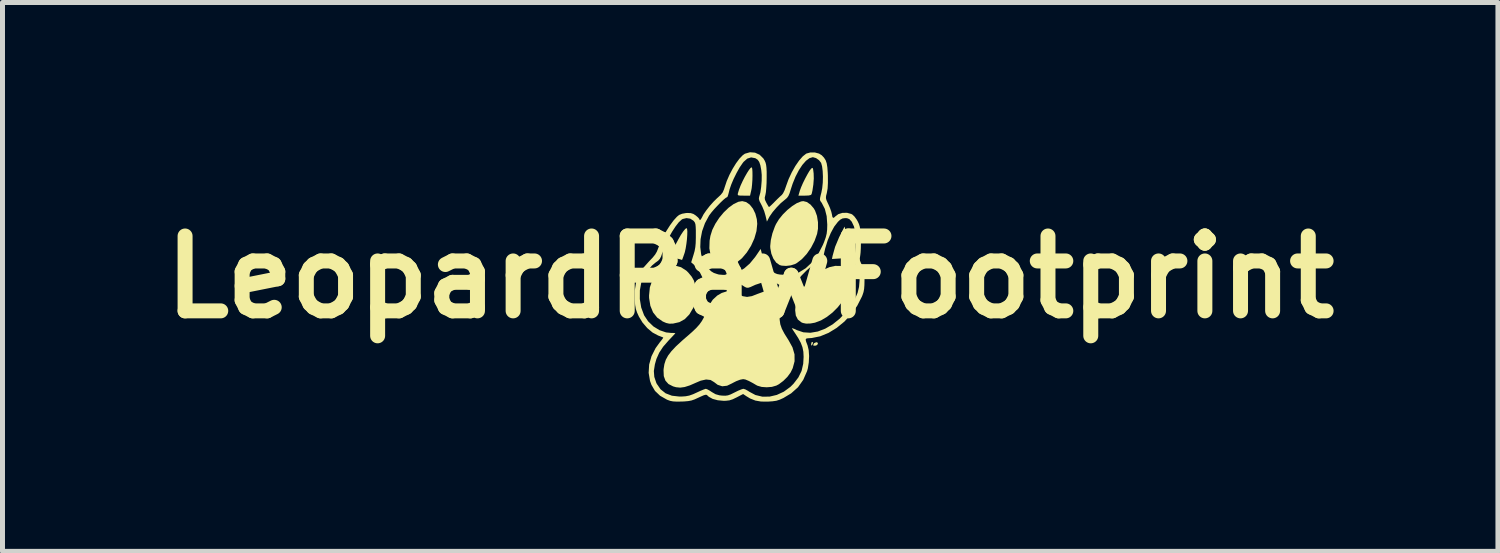
<source format=kicad_pcb>
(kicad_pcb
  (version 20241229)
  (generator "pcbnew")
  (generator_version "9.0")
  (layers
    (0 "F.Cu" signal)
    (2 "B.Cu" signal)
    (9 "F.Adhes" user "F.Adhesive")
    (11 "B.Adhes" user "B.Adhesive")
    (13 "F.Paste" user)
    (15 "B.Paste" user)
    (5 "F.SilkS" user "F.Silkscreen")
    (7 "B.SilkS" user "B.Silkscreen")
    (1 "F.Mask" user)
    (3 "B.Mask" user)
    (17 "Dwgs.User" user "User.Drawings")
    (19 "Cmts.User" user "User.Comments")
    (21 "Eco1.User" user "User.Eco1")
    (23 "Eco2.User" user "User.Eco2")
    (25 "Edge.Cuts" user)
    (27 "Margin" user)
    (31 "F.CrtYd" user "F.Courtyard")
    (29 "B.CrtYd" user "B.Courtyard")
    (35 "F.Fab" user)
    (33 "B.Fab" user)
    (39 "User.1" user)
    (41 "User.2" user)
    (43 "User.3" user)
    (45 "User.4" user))
  (footprint "LeopardPawFootprint"
    (layer "F.Cu")
    (at 11.979 2.499)
    (property "Reference" "LeopardPawFootprint" (at 0 0 0) (layer "F.SilkS") (effects (font (size 1.5 1.5) (thickness 0.3))))
    (attr board_only exclude_from_pos_files exclude_from_bom)
    (fp_poly (pts (xy 1.259 1.313) (xy 1.247 1.349) (xy 1.24 1.36) (xy 1.225 1.376) (xy 1.221 1.356) (xy 1.22 1.345) (xy 1.228 1.31) (xy 1.24 1.3)) (stroke (width 0) (type solid)) (fill yes) (layer "F.SilkS"))
    (fp_poly (pts (xy 1.353 1.318) (xy 1.354 1.342) (xy 1.333 1.366) (xy 1.305 1.376) (xy 1.27 1.375) (xy 1.26 1.366) (xy 1.278 1.326) (xy 1.32 1.307) (xy 1.326 1.306)) (stroke (width 0) (type solid)) (fill yes) (layer "F.SilkS"))
    (fp_poly (pts (xy 1.913 -0.929) (xy 1.928 -0.849) (xy 1.935 -0.746) (xy 1.935 -0.634) (xy 1.926 -0.531) (xy 1.913 -0.463) (xy 1.89 -0.377) (xy 1.764 -0.369) (xy 1.637 -0.361) (xy 1.65 -0.426) (xy 1.7 -0.605) (xy 1.781 -0.798) (xy 1.807 -0.849) (xy 1.889 -1.009)) (stroke (width 0) (type solid)) (fill yes) (layer "F.SilkS"))
    (fp_poly (pts (xy 1.253 -2.18) (xy 1.261 -2.148) (xy 1.269 -2.083) (xy 1.27 -2.077) (xy 1.273 -1.973) (xy 1.264 -1.852) (xy 1.246 -1.732) (xy 1.229 -1.66) (xy 1.213 -1.643) (xy 1.172 -1.633) (xy 1.1 -1.63) (xy 1.093 -1.63) (xy 0.965 -1.63) (xy 0.994 -1.73) (xy 1.019 -1.798) (xy 1.055 -1.881) (xy 1.099 -1.97) (xy 1.144 -2.054) (xy 1.185 -2.124) (xy 1.218 -2.168) (xy 1.222 -2.172) (xy 1.241 -2.186)) (stroke (width 0) (type solid)) (fill yes) (layer "F.SilkS"))
    (fp_poly (pts (xy 0.032 -2.195) (xy 0.04 -2.167) (xy 0.044 -2.109) (xy 0.045 -2.031) (xy 0.043 -1.944) (xy 0.037 -1.857) (xy 0.029 -1.781) (xy 0.021 -1.74) (xy -0.004 -1.63) (xy -0.131 -1.63) (xy -0.2 -1.631) (xy -0.237 -1.635) (xy -0.25 -1.647) (xy -0.249 -1.67) (xy -0.246 -1.68) (xy -0.225 -1.75) (xy -0.193 -1.833) (xy -0.153 -1.92) (xy -0.109 -2.006) (xy -0.065 -2.083) (xy -0.025 -2.145) (xy 0.007 -2.185) (xy 0.029 -2.197)) (stroke (width 0) (type solid)) (fill yes) (layer "F.SilkS"))
    (fp_poly (pts (xy -1.265 -0.962) (xy -1.26 -0.913) (xy -1.262 -0.841) (xy -1.268 -0.755) (xy -1.279 -0.664) (xy -1.293 -0.576) (xy -1.31 -0.499) (xy -1.321 -0.465) (xy -1.343 -0.402) (xy -1.359 -0.358) (xy -1.367 -0.342) (xy -1.386 -0.348) (xy -1.429 -0.361) (xy -1.439 -0.363) (xy -1.499 -0.375) (xy -1.551 -0.375) (xy -1.554 -0.374) (xy -1.586 -0.373) (xy -1.592 -0.393) (xy -1.587 -0.418) (xy -1.565 -0.49) (xy -1.529 -0.575) (xy -1.486 -0.668) (xy -1.437 -0.76) (xy -1.388 -0.845) (xy -1.342 -0.914) (xy -1.303 -0.962) (xy -1.276 -0.98) (xy -1.276 -0.98)) (stroke (width 0) (type solid)) (fill yes) (layer "F.SilkS"))
    (fp_poly (pts (xy -0.082 -1.501) (xy -0.009 -1.449) (xy 0.054 -1.369) (xy 0.102 -1.27) (xy 0.132 -1.157) (xy 0.14 -1.064) (xy 0.125 -0.92) (xy 0.082 -0.771) (xy 0.016 -0.625) (xy -0.069 -0.491) (xy -0.166 -0.376) (xy -0.273 -0.289) (xy -0.33 -0.258) (xy -0.415 -0.231) (xy -0.509 -0.221) (xy -0.595 -0.229) (xy -0.66 -0.254) (xy -0.661 -0.254) (xy -0.742 -0.335) (xy -0.795 -0.442) (xy -0.819 -0.574) (xy -0.814 -0.729) (xy -0.798 -0.824) (xy -0.76 -0.945) (xy -0.699 -1.067) (xy -0.621 -1.186) (xy -0.53 -1.295) (xy -0.432 -1.389) (xy -0.333 -1.461) (xy -0.237 -1.507) (xy -0.161 -1.52)) (stroke (width 0) (type solid)) (fill yes) (layer "F.SilkS"))
    (fp_poly (pts (xy 1.807 -0.221) (xy 1.897 -0.19) (xy 1.952 -0.146) (xy 2 -0.066) (xy 2.018 0.031) (xy 2.008 0.14) (xy 1.973 0.256) (xy 1.917 0.376) (xy 1.842 0.495) (xy 1.752 0.608) (xy 1.649 0.711) (xy 1.536 0.799) (xy 1.418 0.869) (xy 1.296 0.915) (xy 1.207 0.931) (xy 1.12 0.934) (xy 1.055 0.921) (xy 1.024 0.908) (xy 0.954 0.852) (xy 0.913 0.772) (xy 0.9 0.666) (xy 0.908 0.56) (xy 0.933 0.461) (xy 0.981 0.355) (xy 1.033 0.266) (xy 1.127 0.135) (xy 1.234 0.021) (xy 1.35 -0.074) (xy 1.47 -0.147) (xy 1.589 -0.198) (xy 1.703 -0.223)) (stroke (width 0) (type solid)) (fill yes) (layer "F.SilkS"))
    (fp_poly (pts (xy -1.387 -0.196) (xy -1.281 -0.128) (xy -1.241 -0.089) (xy -1.174 -0.008) (xy -1.13 0.069) (xy -1.104 0.153) (xy -1.093 0.258) (xy -1.091 0.33) (xy -1.092 0.424) (xy -1.099 0.493) (xy -1.113 0.551) (xy -1.138 0.61) (xy -1.143 0.62) (xy -1.22 0.75) (xy -1.311 0.844) (xy -1.418 0.904) (xy -1.546 0.933) (xy -1.547 0.933) (xy -1.621 0.935) (xy -1.684 0.921) (xy -1.753 0.891) (xy -1.864 0.813) (xy -1.947 0.708) (xy -2.001 0.576) (xy -2.026 0.421) (xy -2.027 0.37) (xy -2.011 0.208) (xy -1.963 0.067) (xy -1.88 -0.056) (xy -1.839 -0.098) (xy -1.732 -0.179) (xy -1.617 -0.222) (xy -1.501 -0.227)) (stroke (width 0) (type solid)) (fill yes) (layer "F.SilkS"))
    (fp_poly (pts (xy 1.134 -1.502) (xy 1.206 -1.452) (xy 1.27 -1.378) (xy 1.298 -1.331) (xy 1.337 -1.224) (xy 1.357 -1.097) (xy 1.357 -0.967) (xy 1.339 -0.864) (xy 1.289 -0.724) (xy 1.218 -0.587) (xy 1.131 -0.462) (xy 1.035 -0.358) (xy 0.935 -0.281) (xy 0.895 -0.259) (xy 0.811 -0.233) (xy 0.717 -0.222) (xy 0.63 -0.228) (xy 0.59 -0.239) (xy 0.521 -0.287) (xy 0.464 -0.366) (xy 0.423 -0.466) (xy 0.402 -0.577) (xy 0.4 -0.618) (xy 0.412 -0.739) (xy 0.444 -0.875) (xy 0.493 -1.01) (xy 0.516 -1.06) (xy 0.575 -1.157) (xy 0.654 -1.254) (xy 0.745 -1.344) (xy 0.841 -1.421) (xy 0.934 -1.48) (xy 1.019 -1.514) (xy 1.063 -1.52)) (stroke (width 0) (type solid)) (fill yes) (layer "F.SilkS"))
    (fp_poly (pts (xy 0.473 0.307) (xy 0.546 0.364) (xy 0.589 0.431) (xy 0.61 0.487) (xy 0.616 0.544) (xy 0.608 0.618) (xy 0.592 0.747) (xy 0.589 0.853) (xy 0.602 0.947) (xy 0.634 1.039) (xy 0.687 1.139) (xy 0.763 1.259) (xy 0.766 1.264) (xy 0.846 1.409) (xy 0.887 1.549) (xy 0.888 1.688) (xy 0.851 1.826) (xy 0.809 1.912) (xy 0.746 1.998) (xy 0.663 2.081) (xy 0.574 2.148) (xy 0.523 2.175) (xy 0.433 2.201) (xy 0.33 2.209) (xy 0.229 2.202) (xy 0.145 2.178) (xy 0.12 2.165) (xy 0.056 2.127) (xy -0.017 2.088) (xy -0.038 2.078) (xy -0.098 2.053) (xy -0.143 2.046) (xy -0.196 2.056) (xy -0.208 2.059) (xy -0.281 2.087) (xy -0.352 2.123) (xy -0.36 2.128) (xy -0.464 2.178) (xy -0.561 2.189) (xy -0.652 2.16) (xy -0.725 2.105) (xy -0.795 2.063) (xy -0.885 2.053) (xy -0.993 2.077) (xy -1.082 2.115) (xy -1.21 2.171) (xy -1.314 2.204) (xy -1.403 2.216) (xy -1.486 2.208) (xy -1.546 2.191) (xy -1.638 2.144) (xy -1.699 2.076) (xy -1.732 1.985) (xy -1.737 1.867) (xy -1.735 1.841) (xy -1.72 1.746) (xy -1.692 1.659) (xy -1.646 1.574) (xy -1.579 1.486) (xy -1.488 1.389) (xy -1.368 1.278) (xy -1.291 1.211) (xy -1.176 1.111) (xy -1.087 1.027) (xy -1.02 0.953) (xy -0.969 0.882) (xy -0.928 0.808) (xy -0.893 0.724) (xy -0.887 0.708) (xy -0.824 0.564) (xy -0.75 0.454) (xy -0.66 0.371) (xy -0.57 0.319) (xy -0.458 0.284) (xy -0.352 0.288) (xy -0.25 0.332) (xy -0.238 0.34) (xy -0.152 0.384) (xy -0.064 0.399) (xy 0.033 0.383) (xy 0.143 0.34) (xy 0.269 0.294) (xy 0.38 0.283)) (stroke (width 0) (type solid)) (fill yes) (layer "F.SilkS"))
    (fp_poly (pts (xy 0.096 -2.491) (xy 0.188 -2.449) (xy 0.262 -2.376) (xy 0.29 -2.33) (xy 0.307 -2.29) (xy 0.318 -2.246) (xy 0.325 -2.188) (xy 0.329 -2.108) (xy 0.329 -1.998) (xy 0.329 -1.99) (xy 0.327 -1.883) (xy 0.321 -1.783) (xy 0.314 -1.701) (xy 0.304 -1.648) (xy 0.304 -1.647) (xy 0.29 -1.589) (xy 0.295 -1.546) (xy 0.319 -1.495) (xy 0.323 -1.487) (xy 0.351 -1.438) (xy 0.37 -1.407) (xy 0.374 -1.402) (xy 0.39 -1.411) (xy 0.425 -1.443) (xy 0.474 -1.491) (xy 0.485 -1.503) (xy 0.542 -1.56) (xy 0.593 -1.609) (xy 0.628 -1.64) (xy 0.63 -1.641) (xy 0.657 -1.676) (xy 0.688 -1.738) (xy 0.717 -1.819) (xy 0.717 -1.82) (xy 0.768 -1.96) (xy 0.832 -2.097) (xy 0.903 -2.223) (xy 0.978 -2.332) (xy 1.052 -2.417) (xy 1.121 -2.471) (xy 1.125 -2.473) (xy 1.204 -2.495) (xy 1.294 -2.495) (xy 1.379 -2.472) (xy 1.433 -2.438) (xy 1.478 -2.39) (xy 1.511 -2.338) (xy 1.532 -2.276) (xy 1.545 -2.194) (xy 1.553 -2.083) (xy 1.555 -2.03) (xy 1.556 -1.885) (xy 1.55 -1.774) (xy 1.535 -1.689) (xy 1.534 -1.683) (xy 1.519 -1.625) (xy 1.516 -1.582) (xy 1.526 -1.541) (xy 1.551 -1.485) (xy 1.565 -1.457) (xy 1.598 -1.381) (xy 1.624 -1.306) (xy 1.635 -1.259) (xy 1.646 -1.202) (xy 1.663 -1.183) (xy 1.689 -1.198) (xy 1.701 -1.211) (xy 1.764 -1.259) (xy 1.848 -1.285) (xy 1.94 -1.286) (xy 2.024 -1.263) (xy 2.048 -1.249) (xy 2.088 -1.211) (xy 2.131 -1.152) (xy 2.154 -1.112) (xy 2.178 -1.06) (xy 2.194 -1.008) (xy 2.204 -0.945) (xy 2.211 -0.861) (xy 2.215 -0.78) (xy 2.217 -0.675) (xy 2.215 -0.573) (xy 2.21 -0.488) (xy 2.205 -0.443) (xy 2.195 -0.376) (xy 2.198 -0.328) (xy 2.218 -0.279) (xy 2.237 -0.243) (xy 2.261 -0.197) (xy 2.277 -0.154) (xy 2.285 -0.103) (xy 2.289 -0.033) (xy 2.289 0.06) (xy 2.287 0.163) (xy 2.281 0.239) (xy 2.269 0.302) (xy 2.249 0.362) (xy 2.236 0.394) (xy 2.143 0.576) (xy 2.024 0.744) (xy 1.886 0.893) (xy 1.732 1.019) (xy 1.569 1.119) (xy 1.401 1.188) (xy 1.233 1.222) (xy 1.204 1.224) (xy 1.148 1.228) (xy 1.118 1.236) (xy 1.11 1.257) (xy 1.121 1.3) (xy 1.148 1.37) (xy 1.171 1.465) (xy 1.179 1.583) (xy 1.173 1.71) (xy 1.154 1.83) (xy 1.138 1.886) (xy 1.061 2.061) (xy 0.956 2.209) (xy 0.819 2.331) (xy 0.664 2.424) (xy 0.589 2.458) (xy 0.522 2.479) (xy 0.445 2.49) (xy 0.357 2.496) (xy 0.217 2.495) (xy 0.102 2.475) (xy -0.003 2.433) (xy -0.076 2.389) (xy -0.143 2.344) (xy -0.273 2.412) (xy -0.352 2.45) (xy -0.417 2.471) (xy -0.487 2.479) (xy -0.536 2.48) (xy -0.651 2.469) (xy -0.752 2.442) (xy -0.829 2.4) (xy -0.856 2.375) (xy -0.872 2.361) (xy -0.896 2.359) (xy -0.934 2.37) (xy -0.995 2.397) (xy -1.036 2.416) (xy -1.115 2.452) (xy -1.179 2.474) (xy -1.244 2.486) (xy -1.325 2.493) (xy -1.38 2.495) (xy -1.477 2.496) (xy -1.547 2.492) (xy -1.604 2.481) (xy -1.659 2.461) (xy -1.672 2.455) (xy -1.806 2.379) (xy -1.908 2.282) (xy -1.979 2.161) (xy -2.008 2.081) (xy -2.035 1.92) (xy -2.025 1.753) (xy -1.978 1.587) (xy -1.897 1.426) (xy -1.816 1.314) (xy -1.775 1.263) (xy -1.749 1.227) (xy -1.743 1.212) (xy -1.764 1.203) (xy -1.811 1.185) (xy -1.845 1.172) (xy -1.956 1.113) (xy -2.063 1.023) (xy -2.159 0.911) (xy -2.231 0.792) (xy -2.268 0.71) (xy -2.292 0.639) (xy -2.306 0.561) (xy -2.313 0.469) (xy -2.313 0.442) (xy -2.212 0.442) (xy -2.184 0.612) (xy -2.127 0.765) (xy -2.127 0.766) (xy -2.046 0.888) (xy -1.94 0.99) (xy -1.818 1.065) (xy -1.686 1.11) (xy -1.589 1.12) (xy -1.536 1.121) (xy -1.504 1.124) (xy -1.5 1.125) (xy -1.513 1.141) (xy -1.548 1.179) (xy -1.598 1.232) (xy -1.635 1.271) (xy -1.745 1.397) (xy -1.824 1.517) (xy -1.88 1.643) (xy -1.91 1.749) (xy -1.931 1.883) (xy -1.922 2.001) (xy -1.884 2.115) (xy -1.873 2.139) (xy -1.796 2.25) (xy -1.695 2.33) (xy -1.569 2.378) (xy -1.418 2.395) (xy -1.38 2.395) (xy -1.293 2.389) (xy -1.221 2.375) (xy -1.145 2.348) (xy -1.073 2.315) (xy -0.999 2.281) (xy -0.936 2.255) (xy -0.896 2.241) (xy -0.889 2.24) (xy -0.858 2.251) (xy -0.808 2.279) (xy -0.771 2.304) (xy -0.695 2.348) (xy -0.617 2.37) (xy -0.565 2.376) (xy -0.5 2.378) (xy -0.447 2.371) (xy -0.391 2.351) (xy -0.316 2.314) (xy -0.312 2.312) (xy -0.241 2.277) (xy -0.18 2.252) (xy -0.141 2.24) (xy -0.137 2.24) (xy -0.099 2.251) (xy -0.046 2.28) (xy -0.021 2.297) (xy 0.104 2.364) (xy 0.242 2.397) (xy 0.387 2.396) (xy 0.532 2.362) (xy 0.673 2.297) (xy 0.804 2.201) (xy 0.867 2.138) (xy 0.964 2.012) (xy 1.028 1.882) (xy 1.061 1.739) (xy 1.069 1.6) (xy 1.064 1.497) (xy 1.046 1.407) (xy 1.013 1.319) (xy 0.96 1.221) (xy 0.901 1.13) (xy 0.866 1.078) (xy 0.841 1.039) (xy 0.834 1.029) (xy 0.844 1.026) (xy 0.881 1.039) (xy 0.934 1.064) (xy 1.064 1.108) (xy 1.205 1.117) (xy 1.353 1.092) (xy 1.502 1.035) (xy 1.65 0.949) (xy 1.793 0.834) (xy 1.925 0.694) (xy 2.018 0.569) (xy 2.098 0.438) (xy 2.15 0.319) (xy 2.179 0.199) (xy 2.19 0.067) (xy 2.19 0.048) (xy 2.188 -0.037) (xy 2.181 -0.097) (xy 2.166 -0.146) (xy 2.138 -0.198) (xy 2.129 -0.212) (xy 2.097 -0.266) (xy 2.081 -0.306) (xy 2.079 -0.348) (xy 2.087 -0.408) (xy 2.094 -0.44) (xy 2.114 -0.598) (xy 2.118 -0.751) (xy 2.106 -0.891) (xy 2.078 -1.012) (xy 2.035 -1.104) (xy 2.027 -1.115) (xy 1.985 -1.16) (xy 1.939 -1.178) (xy 1.903 -1.18) (xy 1.849 -1.173) (xy 1.802 -1.148) (xy 1.756 -1.105) (xy 1.682 -1.009) (xy 1.613 -0.882) (xy 1.551 -0.733) (xy 1.501 -0.571) (xy 1.479 -0.475) (xy 1.462 -0.399) (xy 1.443 -0.353) (xy 1.42 -0.331) (xy 1.411 -0.327) (xy 1.328 -0.288) (xy 1.232 -0.221) (xy 1.13 -0.133) (xy 1.03 -0.032) (xy 0.939 0.075) (xy 0.864 0.182) (xy 0.836 0.23) (xy 0.768 0.36) (xy 0.705 0.271) (xy 0.616 0.176) (xy 0.511 0.116) (xy 0.39 0.093) (xy 0.254 0.106) (xy 0.103 0.156) (xy 0.07 0.171) (xy 0.002 0.202) (xy -0.044 0.216) (xy -0.081 0.212) (xy -0.121 0.191) (xy -0.15 0.171) (xy -0.236 0.128) (xy -0.338 0.1) (xy -0.438 0.091) (xy -0.5 0.097) (xy -0.597 0.129) (xy -0.697 0.177) (xy -0.784 0.231) (xy -0.82 0.26) (xy -0.864 0.296) (xy -0.889 0.299) (xy -0.899 0.267) (xy -0.9 0.227) (xy -0.914 0.13) (xy -0.952 0.02) (xy -1.008 -0.091) (xy -1.074 -0.189) (xy -1.134 -0.252) (xy -1.183 -0.294) (xy -1.137 -0.442) (xy -1.115 -0.519) (xy -1.101 -0.594) (xy -1.1 -0.6) (xy -1.001 -0.6) (xy -0.983 -0.452) (xy -0.94 -0.318) (xy -0.874 -0.204) (xy -0.784 -0.115) (xy -0.73 -0.082) (xy -0.63 -0.048) (xy -0.511 -0.037) (xy -0.388 -0.049) (xy -0.275 -0.083) (xy -0.254 -0.092) (xy -0.121 -0.172) (xy -0.009 -0.27) (xy 0.094 -0.395) (xy 0.112 -0.42) (xy 0.209 -0.563) (xy 0.241 -0.434) (xy 0.291 -0.295) (xy 0.371 -0.181) (xy 0.454 -0.106) (xy 0.496 -0.077) (xy 0.54 -0.059) (xy 0.597 -0.049) (xy 0.679 -0.044) (xy 0.692 -0.043) (xy 0.782 -0.041) (xy 0.848 -0.046) (xy 0.903 -0.06) (xy 0.964 -0.085) (xy 1.11 -0.175) (xy 1.243 -0.299) (xy 1.359 -0.456) (xy 1.455 -0.643) (xy 1.48 -0.703) (xy 1.512 -0.793) (xy 1.531 -0.869) (xy 1.54 -0.947) (xy 1.543 -1.048) (xy 1.531 -1.219) (xy 1.494 -1.365) (xy 1.434 -1.482) (xy 1.423 -1.498) (xy 1.404 -1.524) (xy 1.396 -1.55) (xy 1.399 -1.585) (xy 1.412 -1.643) (xy 1.424 -1.688) (xy 1.442 -1.781) (xy 1.453 -1.892) (xy 1.456 -2.01) (xy 1.451 -2.122) (xy 1.439 -2.217) (xy 1.42 -2.285) (xy 1.419 -2.287) (xy 1.378 -2.34) (xy 1.318 -2.382) (xy 1.256 -2.4) (xy 1.252 -2.4) (xy 1.187 -2.381) (xy 1.116 -2.328) (xy 1.044 -2.246) (xy 0.973 -2.138) (xy 0.907 -2.011) (xy 0.849 -1.868) (xy 0.814 -1.761) (xy 0.788 -1.678) (xy 0.764 -1.623) (xy 0.736 -1.584) (xy 0.698 -1.551) (xy 0.688 -1.543) (xy 0.61 -1.478) (xy 0.528 -1.393) (xy 0.45 -1.302) (xy 0.39 -1.216) (xy 0.375 -1.19) (xy 0.334 -1.11) (xy 0.306 -1.229) (xy 0.28 -1.318) (xy 0.242 -1.41) (xy 0.22 -1.454) (xy 0.186 -1.519) (xy 0.173 -1.564) (xy 0.177 -1.601) (xy 0.179 -1.608) (xy 0.203 -1.694) (xy 0.219 -1.805) (xy 0.229 -1.927) (xy 0.23 -2.045) (xy 0.221 -2.14) (xy 0.203 -2.238) (xy 0.18 -2.305) (xy 0.15 -2.348) (xy 0.107 -2.377) (xy 0.097 -2.381) (xy 0.017 -2.396) (xy -0.059 -2.372) (xy -0.132 -2.308) (xy -0.151 -2.284) (xy -0.212 -2.195) (xy -0.274 -2.084) (xy -0.333 -1.965) (xy -0.382 -1.849) (xy -0.416 -1.749) (xy -0.423 -1.719) (xy -0.439 -1.657) (xy -0.453 -1.613) (xy -0.463 -1.6) (xy -0.49 -1.586) (xy -0.536 -1.548) (xy -0.594 -1.493) (xy -0.658 -1.427) (xy -0.722 -1.359) (xy -0.778 -1.293) (xy -0.819 -1.238) (xy -0.824 -1.232) (xy -0.907 -1.078) (xy -0.964 -0.919) (xy -0.995 -0.757) (xy -1.001 -0.6) (xy -1.1 -0.6) (xy -1.093 -0.678) (xy -1.09 -0.785) (xy -1.09 -0.833) (xy -1.09 -0.937) (xy -1.093 -1.008) (xy -1.098 -1.055) (xy -1.108 -1.088) (xy -1.124 -1.112) (xy -1.138 -1.128) (xy -1.202 -1.169) (xy -1.278 -1.18) (xy -1.354 -1.162) (xy -1.375 -1.149) (xy -1.433 -1.095) (xy -1.498 -1.011) (xy -1.567 -0.905) (xy -1.634 -0.785) (xy -1.694 -0.66) (xy -1.744 -0.537) (xy -1.76 -0.489) (xy -1.785 -0.413) (xy -1.811 -0.364) (xy -1.844 -0.327) (xy -1.894 -0.291) (xy -1.896 -0.29) (xy -1.968 -0.23) (xy -2.043 -0.144) (xy -2.111 -0.048) (xy -2.162 0.047) (xy -2.18 0.095) (xy -2.211 0.266) (xy -2.212 0.442) (xy -2.313 0.442) (xy -2.314 0.276) (xy -2.287 0.107) (xy -2.231 -0.044) (xy -2.143 -0.183) (xy -2.029 -0.311) (xy -1.955 -0.388) (xy -1.905 -0.45) (xy -1.871 -0.508) (xy -1.85 -0.561) (xy -1.806 -0.676) (xy -1.748 -0.799) (xy -1.68 -0.922) (xy -1.607 -1.036) (xy -1.535 -1.134) (xy -1.468 -1.208) (xy -1.425 -1.243) (xy -1.366 -1.267) (xy -1.289 -1.281) (xy -1.265 -1.283) (xy -1.192 -1.28) (xy -1.138 -1.263) (xy -1.091 -1.232) (xy -1.048 -1.195) (xy -1.023 -1.166) (xy -1.02 -1.159) (xy -1.012 -1.139) (xy -0.993 -1.15) (xy -0.972 -1.185) (xy -0.967 -1.195) (xy -0.934 -1.258) (xy -0.879 -1.337) (xy -0.811 -1.424) (xy -0.736 -1.508) (xy -0.664 -1.579) (xy -0.651 -1.59) (xy -0.59 -1.647) (xy -0.551 -1.697) (xy -0.525 -1.758) (xy -0.51 -1.805) (xy -0.47 -1.924) (xy -0.416 -2.048) (xy -0.352 -2.169) (xy -0.284 -2.279) (xy -0.215 -2.372) (xy -0.151 -2.439) (xy -0.107 -2.47) (xy -0.005 -2.499)) (stroke (width 0) (type solid)) (fill yes) (layer "F.SilkS")))
  (gr_rect
    (start -3 -3)
    (end 26.957 7.995)
    (stroke (width 0.1) (type default))
    (fill no)
    (layer "Edge.Cuts")))
</source>
